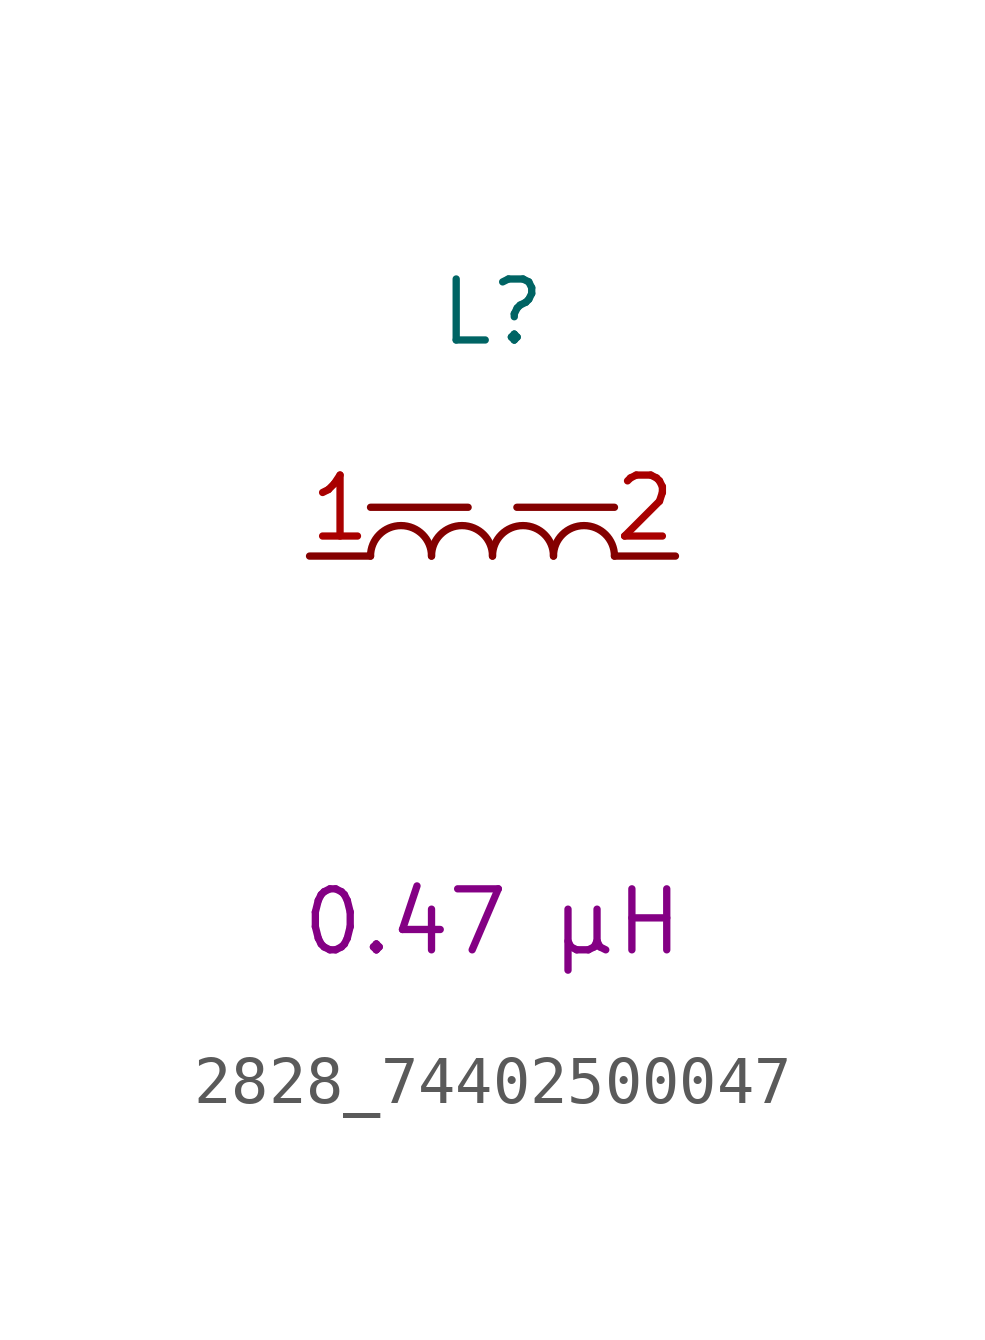
<source format=kicad_sym>
(kicad_symbol_lib
  (version 20220914)
  (generator kicad_symbol_editor)
  (symbol "2828_74402500047"
    (pin_names hide)
    (property "Reference" "L"
      (at 0 5.08 0)
      (effects (font (size 1.27 1.27))))
    (property "Critical Parameter" "0.47 µH"
      (at 0 -7.62 0)
      (effects (font (size 1.27 1.27))))
    (symbol "2828_74402500047_0_1"
      (arc (start -1.27 0) (mid -1.905 0.6323) (end -2.54 0) (stroke (width 0) (type default)) (fill (type none)))
      (arc (start 0 0) (mid -0.635 0.6323) (end -1.27 0) (stroke (width 0) (type default)) (fill (type none)))
      (polyline (pts (xy -2.54 1.016) (xy -0.508 1.016)) (stroke (width 0) (type default)) (fill (type none)))
      (arc (start 1.27 0) (mid 0.635 0.6323) (end 0 0) (stroke (width 0) (type default)) (fill (type none)))
      (arc (start 2.54 0) (mid 1.905 0.6323) (end 1.27 0) (stroke (width 0) (type default)) (fill (type none))))
    (symbol "2828_74402500047_1_1"
      (polyline (pts (xy 2.54 1.016) (xy 0.508 1.016)) (stroke (width 0) (type default)) (fill (type none)))
      (pin passive line (at -3.81 0 0) (length 1.27) (name "1" (effects (font (size 1.27 1.27)))) (number "1" (effects (font (size 1.27 1.27)))))
      (pin passive line (at 3.81 0 180) (length 1.27) (name "2" (effects (font (size 1.27 1.27)))) (number "2" (effects (font (size 1.27 1.27))))))))
</source>
